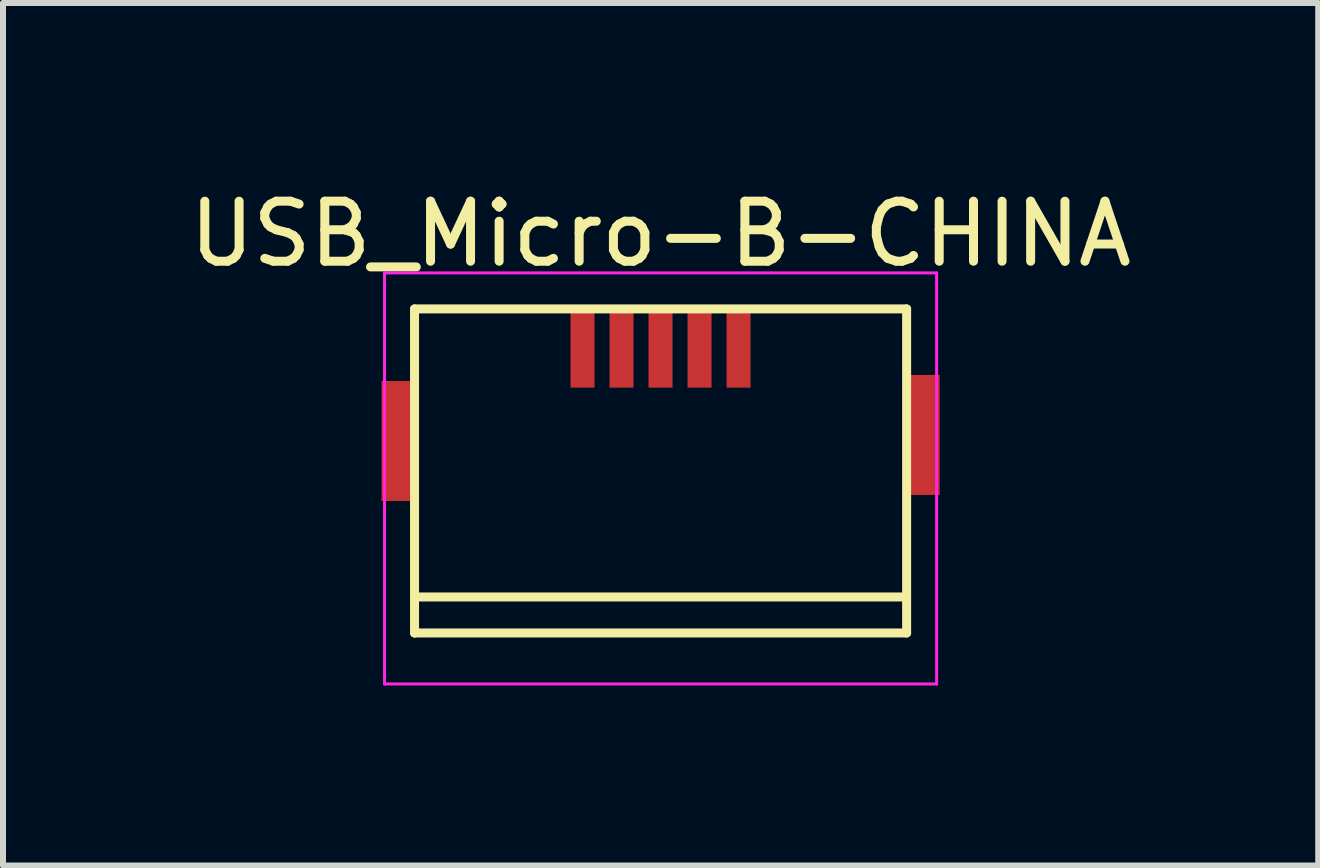
<source format=kicad_pcb>
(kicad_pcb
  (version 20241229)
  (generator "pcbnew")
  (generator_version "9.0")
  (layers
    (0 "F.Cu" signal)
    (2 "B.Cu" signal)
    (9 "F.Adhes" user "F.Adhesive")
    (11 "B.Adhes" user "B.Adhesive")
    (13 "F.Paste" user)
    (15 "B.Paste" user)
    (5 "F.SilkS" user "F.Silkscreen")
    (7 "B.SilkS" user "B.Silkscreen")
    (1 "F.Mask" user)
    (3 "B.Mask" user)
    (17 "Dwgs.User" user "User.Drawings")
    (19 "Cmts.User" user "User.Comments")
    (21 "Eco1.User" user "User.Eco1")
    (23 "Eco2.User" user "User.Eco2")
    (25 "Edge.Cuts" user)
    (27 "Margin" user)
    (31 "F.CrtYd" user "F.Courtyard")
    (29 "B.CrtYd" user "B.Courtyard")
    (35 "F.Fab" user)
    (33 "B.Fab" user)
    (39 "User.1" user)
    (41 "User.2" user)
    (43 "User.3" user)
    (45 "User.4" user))
  (footprint "USB_Micro-B-CHINA"
    (layer "F.Cu")
    (at 7.958 4.298)
    (property "Reference" "USB_Micro-B-CHINA" (at 0 -3.45 0) (layer "F.SilkS") (effects (font (size 1 1) (thickness 0.15))))
    (attr smd)
    (fp_line (start -4.1 3.2) (end -4.1 -2.2) (stroke (width 0.15) (type solid)) (layer "F.SilkS"))
    (fp_line (start -4.1 3.2) (end 4.1 3.2) (stroke (width 0.15) (type solid)) (layer "F.SilkS"))
    (fp_line (start 4.1 -2.2) (end -4.1 -2.2) (stroke (width 0.15) (type solid)) (layer "F.SilkS"))
    (fp_line (start 4.1 -2.2) (end 4.1 3.2) (stroke (width 0.15) (type solid)) (layer "F.SilkS"))
    (fp_line (start 4.1 2.6) (end -4.1 2.6) (stroke (width 0.15) (type solid)) (layer "F.SilkS"))
    (fp_line (start -4.6 -2.8) (end 4.6 -2.8) (stroke (width 0.05) (type solid)) (layer "F.CrtYd"))
    (fp_line (start -4.6 4.05) (end -4.6 -2.8) (stroke (width 0.05) (type solid)) (layer "F.CrtYd"))
    (fp_line (start 4.6 -2.8) (end 4.6 4.05) (stroke (width 0.05) (type solid)) (layer "F.CrtYd"))
    (fp_line (start 4.6 4.05) (end -4.6 4.05) (stroke (width 0.05) (type solid)) (layer "F.CrtYd"))
    (pad "1" smd rect (at -1.301 -1.563 90) (size 1.35 0.4) (layers "F.Cu" "F.Mask" "F.Paste"))
    (pad "2" smd rect (at -0.651 -1.563 90) (size 1.35 0.4) (layers "F.Cu" "F.Mask" "F.Paste"))
    (pad "3" smd rect (at -0.001 -1.563 90) (size 1.35 0.4) (layers "F.Cu" "F.Mask" "F.Paste"))
    (pad "4" smd rect (at 0.649 -1.563 90) (size 1.35 0.4) (layers "F.Cu" "F.Mask" "F.Paste"))
    (pad "5" smd rect (at -4.4 0) (size 0.5 2) (layers "F.Cu" "F.Mask" "F.Paste"))
    (pad "5" smd rect (at 1.299 -1.563 90) (size 1.35 0.4) (layers "F.Cu" "F.Mask" "F.Paste"))
    (pad "5" smd rect (at 4.4 -0.1) (size 0.5 2) (layers "F.Cu" "F.Mask" "F.Paste")))
  (gr_rect
    (start -3 -3)
    (end 18.917 11.373)
    (stroke (width 0.1) (type default))
    (fill no)
    (layer "Edge.Cuts")))
</source>
